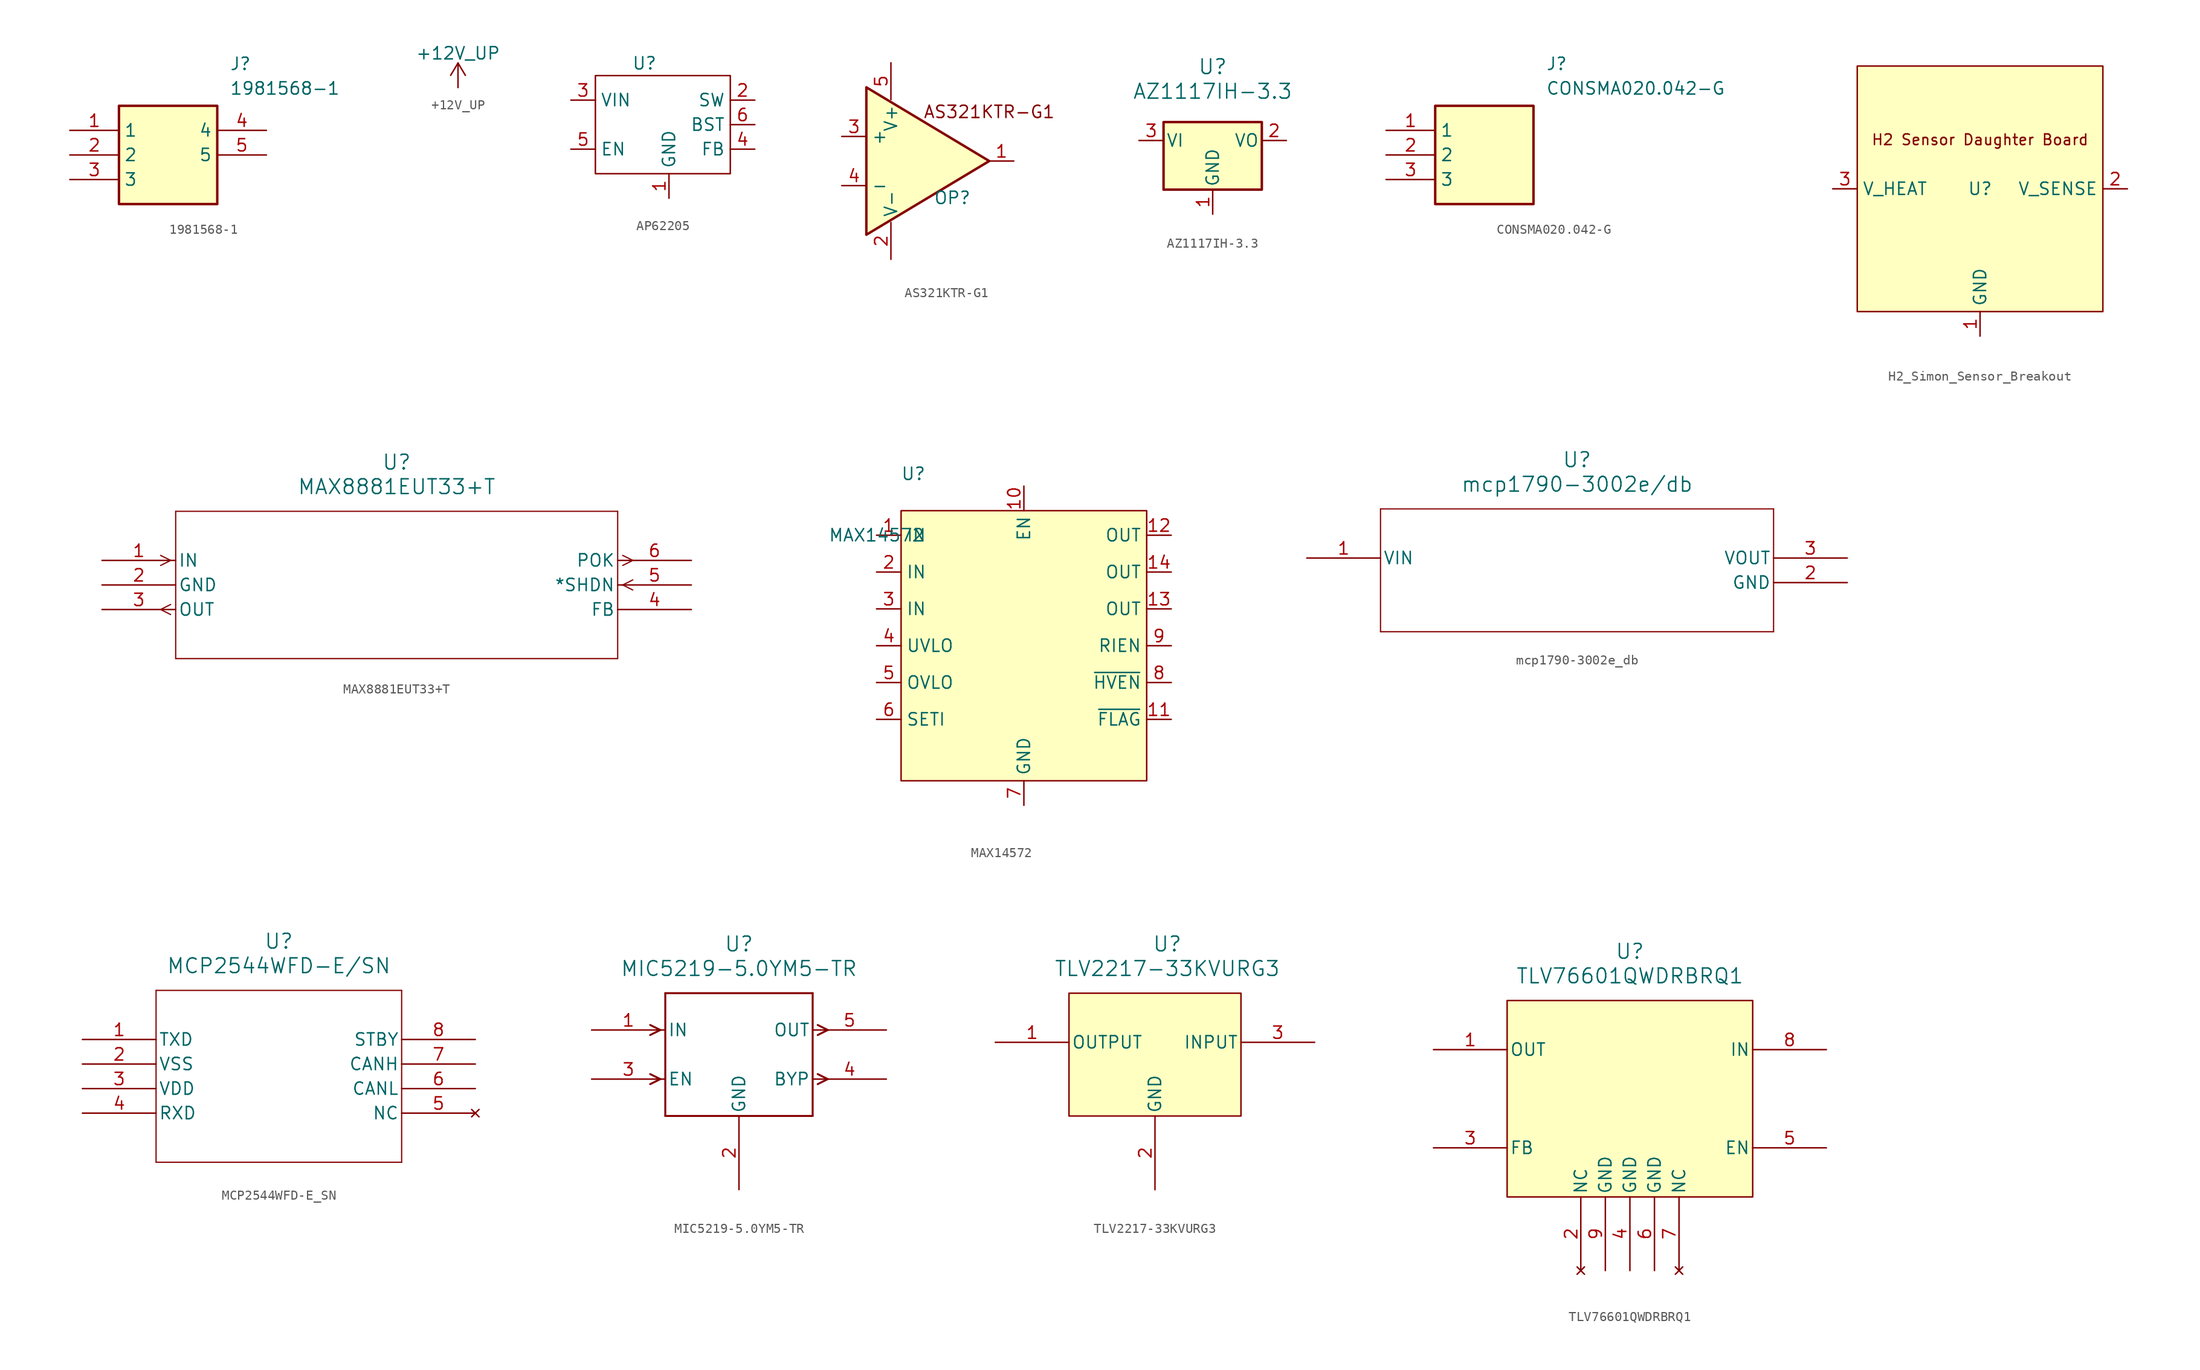
<source format=kicad_sym>
(kicad_symbol_lib
  (version 20231120)
  (generator "kicad_symbol_editor")
  (generator_version "8.0")
  (symbol "1981568-1"
    (property "Reference" "J"
      (at 16.51 7.62 0)
      (effects (font (size 1.27 1.27)) (justify left top)))
    (property "Value" "1981568-1"
      (at 16.51 5.08 0)
      (effects (font (size 1.27 1.27)) (justify left top)))
    (symbol "1981568-1_1_1"
      (rectangle (start 5.08 2.54) (end 15.24 -7.62) (stroke (width 0.254) (type default)) (fill (type background)))
      (pin passive line (at 0 0 0) (length 5.08) (name "1" (effects (font (size 1.27 1.27)))) (number "1" (effects (font (size 1.27 1.27)))))
      (pin passive line (at 0 -2.54 0) (length 5.08) (name "2" (effects (font (size 1.27 1.27)))) (number "2" (effects (font (size 1.27 1.27)))))
      (pin passive line (at 0 -5.08 0) (length 5.08) (name "3" (effects (font (size 1.27 1.27)))) (number "3" (effects (font (size 1.27 1.27)))))
      (pin passive line (at 20.32 0 180) (length 5.08) (name "4" (effects (font (size 1.27 1.27)))) (number "4" (effects (font (size 1.27 1.27)))))
      (pin passive line (at 20.32 -2.54 180) (length 5.08) (name "5" (effects (font (size 1.27 1.27)))) (number "5" (effects (font (size 1.27 1.27)))))))
  (symbol "+12V_UP"
    (power)
    (pin_names
      (offset 0))
    (property "Reference" "#PWR"
      (at 0 -3.81 0)
      (effects (font (size 1.27 1.27)) (hide yes)))
    (property "Value" "+12V_UP"
      (at 0 3.556 0)
      (effects (font (size 1.27 1.27))))
    (symbol "+12V_UP_0_1"
      (polyline (pts (xy -0.762 1.27) (xy 0 2.54)) (stroke (width 0) (type default)) (fill (type none)))
      (polyline (pts (xy 0 0) (xy 0 2.54)) (stroke (width 0) (type default)) (fill (type none)))
      (polyline (pts (xy 0 2.54) (xy 0.762 1.27)) (stroke (width 0) (type default)) (fill (type none))))
    (symbol "+12V_UP_1_1"
      (pin power_in line (at 0 0 90) (length 0) hide (name "+12V" (effects (font (size 1.27 1.27)))) (number "1" (effects (font (size 1.27 1.27)))))))
  (symbol "AP62205"
    (property "Reference" "U"
      (at -1.27 6.35 0)
      (effects (font (size 1.27 1.27))))
    (property "Value" ""
      (at -1.778 1.778 0)
      (effects (font (size 1.27 1.27))))
    (symbol "AP62205_0_1"
      (rectangle (start -6.35 5.08) (end 7.62 -5.08) (stroke (width 0) (type default)) (fill (type none))))
    (symbol "AP62205_1_1"
      (pin input line (at 1.27 -7.62 90) (length 2.54) (name "GND" (effects (font (size 1.27 1.27)))) (number "1" (effects (font (size 1.27 1.27)))))
      (pin output line (at 10.16 2.54 180) (length 2.54) (name "SW" (effects (font (size 1.27 1.27)))) (number "2" (effects (font (size 1.27 1.27)))))
      (pin input line (at -8.89 2.54 0) (length 2.54) (name "VIN" (effects (font (size 1.27 1.27)))) (number "3" (effects (font (size 1.27 1.27)))))
      (pin input line (at 10.16 -2.54 180) (length 2.54) (name "FB" (effects (font (size 1.27 1.27)))) (number "4" (effects (font (size 1.27 1.27)))))
      (pin input line (at -8.89 -2.54 0) (length 2.54) (name "EN" (effects (font (size 1.27 1.27)))) (number "5" (effects (font (size 1.27 1.27)))))
      (pin input line (at 10.16 0 180) (length 2.54) (name "BST" (effects (font (size 1.27 1.27)))) (number "6" (effects (font (size 1.27 1.27)))))))
  (symbol "AS321KTR-G1"
    (property "Reference" "OP"
      (at 3.81 -3.81 0)
      (effects (font (size 1.27 1.27))))
    (property "Value" ""
      (at 3.81 -3.81 0)
      (effects (font (size 1.27 1.27))))
    (symbol "AS321KTR-G1_0_0"
      (text "AS321KTR-G1" (at 7.62 5.08 0) (effects (font (size 1.27 1.27)))))
    (symbol "AS321KTR-G1_0_1"
      (polyline (pts (xy -5.08 7.62) (xy 7.62 0) (xy -5.08 -7.62) (xy -5.08 7.62)) (stroke (width 0.254) (type default)) (fill (type background)))
      (pin power_in line (at -2.54 -10.16 90) (length 3.81) (name "V-" (effects (font (size 1.27 1.27)))) (number "2" (effects (font (size 1.27 1.27)))))
      (pin power_in line (at -2.54 10.16 270) (length 3.81) (name "V+" (effects (font (size 1.27 1.27)))) (number "5" (effects (font (size 1.27 1.27))))))
    (symbol "AS321KTR-G1_1_1"
      (pin output line (at 10.16 0 180) (length 2.54) (name "~" (effects (font (size 1.27 1.27)))) (number "1" (effects (font (size 1.27 1.27)))))
      (pin input line (at -7.62 2.54 0) (length 2.54) (name "+" (effects (font (size 1.27 1.27)))) (number "3" (effects (font (size 1.27 1.27)))))
      (pin input line (at -7.62 -2.54 0) (length 2.54) (name "-" (effects (font (size 1.27 1.27)))) (number "4" (effects (font (size 1.27 1.27)))))))
  (symbol "AZ1117IH-3.3"
    (pin_names
      (offset 0.254))
    (property "Reference" "U"
      (at 0 7.62 0)
      (effects (font (size 1.524 1.524))))
    (property "Value" "AZ1117IH-3.3"
      (at 0 5.08 0)
      (effects (font (size 1.524 1.524))))
    (property "ki_locked" ""
      (at 0 0 0)
      (effects (font (size 1.27 1.27))))
    (symbol "AZ1117IH-3.3_0_1"
      (rectangle (start -5.08 1.905) (end 5.08 -5.08) (stroke (width 0.254) (type default)) (fill (type background))))
    (symbol "AZ1117IH-3.3_1_1"
      (pin power_in line (at 0 -7.62 90) (length 2.54) (name "GND" (effects (font (size 1.27 1.27)))) (number "1" (effects (font (size 1.27 1.27)))))
      (pin power_out line (at 7.62 0 180) (length 2.54) (name "VO" (effects (font (size 1.27 1.27)))) (number "2" (effects (font (size 1.27 1.27)))))
      (pin power_in line (at -7.62 0 0) (length 2.54) (name "VI" (effects (font (size 1.27 1.27)))) (number "3" (effects (font (size 1.27 1.27)))))))
  (symbol "CONSMA020.042-G"
    (property "Reference" "J"
      (at 16.51 7.62 0)
      (effects (font (size 1.27 1.27)) (justify left top)))
    (property "Value" "CONSMA020.042-G"
      (at 16.51 5.08 0)
      (effects (font (size 1.27 1.27)) (justify left top)))
    (symbol "CONSMA020.042-G_1_1"
      (rectangle (start 5.08 2.54) (end 15.24 -7.62) (stroke (width 0.254) (type default)) (fill (type background)))
      (pin passive line (at 0 0 0) (length 5.08) (name "1" (effects (font (size 1.27 1.27)))) (number "1" (effects (font (size 1.27 1.27)))))
      (pin passive line (at 0 -2.54 0) (length 5.08) (name "2" (effects (font (size 1.27 1.27)))) (number "2" (effects (font (size 1.27 1.27)))))
      (pin passive line (at 0 -5.08 0) (length 5.08) (name "3" (effects (font (size 1.27 1.27)))) (number "3" (effects (font (size 1.27 1.27)))))))
  (symbol "H2_Simon_Sensor_Breakout"
    (property "Reference" "U"
      (at 0 0 0)
      (effects (font (size 1.27 1.27))))
    (property "Value" ""
      (at 0 0 0)
      (effects (font (size 1.27 1.27))))
    (symbol "H2_Simon_Sensor_Breakout_1_1"
      (rectangle (start -12.7 12.7) (end 12.7 -12.7) (stroke (width 0) (type default)) (fill (type background)))
      (text "H2 Sensor Daughter Board" (at 0 5.08 0) (effects (font (size 1.1 1.1))))
      (pin output line (at 0 -15.24 90) (length 2.54) (name "GND" (effects (font (size 1.27 1.27)))) (number "1" (effects (font (size 1.27 1.27)))))
      (pin output line (at 15.24 0 180) (length 2.54) (name "V_SENSE" (effects (font (size 1.27 1.27)))) (number "2" (effects (font (size 1.27 1.27)))))
      (pin output line (at -15.24 0 0) (length 2.54) (name "V_HEAT" (effects (font (size 1.27 1.27)))) (number "3" (effects (font (size 1.27 1.27)))))))
  (symbol "MAX8881EUT33+T"
    (pin_names
      (offset 0.254))
    (property "Reference" "U"
      (at 30.48 10.16 0)
      (effects (font (size 1.524 1.524))))
    (property "Value" "MAX8881EUT33+T"
      (at 30.48 7.62 0)
      (effects (font (size 1.524 1.524))))
    (property "ki_locked" ""
      (at 0 0 0)
      (effects (font (size 1.27 1.27))))
    (symbol "MAX8881EUT33+T_0_1"
      (polyline (pts (xy 7.099 -5.601) (xy 6.058 -5.08)) (stroke (width 0.127) (type default)) (fill (type none)))
      (polyline (pts (xy 7.099 -4.559) (xy 6.058 -5.08)) (stroke (width 0.127) (type default)) (fill (type none)))
      (polyline (pts (xy 7.099 0) (xy 6.058 -0.521)) (stroke (width 0.127) (type default)) (fill (type none)))
      (polyline (pts (xy 7.099 0) (xy 6.058 0.521)) (stroke (width 0.127) (type default)) (fill (type none)))
      (polyline (pts (xy 7.62 -10.16) (xy 53.34 -10.16)) (stroke (width 0.127) (type default)) (fill (type none)))
      (polyline (pts (xy 7.62 5.08) (xy 7.62 -10.16)) (stroke (width 0.127) (type default)) (fill (type none)))
      (polyline (pts (xy 53.34 -10.16) (xy 53.34 5.08)) (stroke (width 0.127) (type default)) (fill (type none)))
      (polyline (pts (xy 53.34 5.08) (xy 7.62 5.08)) (stroke (width 0.127) (type default)) (fill (type none)))
      (polyline (pts (xy 53.861 -2.54) (xy 54.902 -3.061)) (stroke (width 0.127) (type default)) (fill (type none)))
      (polyline (pts (xy 53.861 -2.54) (xy 54.902 -2.019)) (stroke (width 0.127) (type default)) (fill (type none)))
      (polyline (pts (xy 53.861 -0.521) (xy 54.902 0)) (stroke (width 0.127) (type default)) (fill (type none)))
      (polyline (pts (xy 53.861 0.521) (xy 54.902 0)) (stroke (width 0.127) (type default)) (fill (type none)))
      (pin input line (at 0 0 0) (length 7.62) (name "IN" (effects (font (size 1.27 1.27)))) (number "1" (effects (font (size 1.27 1.27)))))
      (pin power_in line (at 0 -2.54 0) (length 7.62) (name "GND" (effects (font (size 1.27 1.27)))) (number "2" (effects (font (size 1.27 1.27)))))
      (pin output line (at 0 -5.08 0) (length 7.62) (name "OUT" (effects (font (size 1.27 1.27)))) (number "3" (effects (font (size 1.27 1.27)))))
      (pin unspecified line (at 60.96 -5.08 180) (length 7.62) (name "FB" (effects (font (size 1.27 1.27)))) (number "4" (effects (font (size 1.27 1.27)))))
      (pin input line (at 60.96 -2.54 180) (length 7.62) (name "*SHDN" (effects (font (size 1.27 1.27)))) (number "5" (effects (font (size 1.27 1.27)))))
      (pin output line (at 60.96 0 180) (length 7.62) (name "POK" (effects (font (size 1.27 1.27)))) (number "6" (effects (font (size 1.27 1.27)))))))
  (symbol "MAX14572"
    (property "Reference" "U"
      (at -11.43 16.51 0)
      (effects (font (size 1.27 1.27))))
    (property "Value" "MAX14572"
      (at -15.24 10.16 0)
      (effects (font (size 1.27 1.27))))
    (symbol "MAX14572_0_0"
      (pin power_in line (at -15.24 10.16 0) (length 2.54) (name "IN" (effects (font (size 1.27 1.27)))) (number "1" (effects (font (size 1.27 1.27)))))
      (pin input line (at 0 15.24 270) (length 2.54) (name "EN" (effects (font (size 1.27 1.27)))) (number "10" (effects (font (size 1.27 1.27)))))
      (pin power_out line (at 15.24 10.16 180) (length 2.54) (name "OUT" (effects (font (size 1.27 1.27)))) (number "12" (effects (font (size 1.27 1.27)))))
      (pin power_out line (at 15.24 2.54 180) (length 2.54) (name "OUT" (effects (font (size 1.27 1.27)))) (number "13" (effects (font (size 1.27 1.27)))))
      (pin power_out line (at 15.24 6.35 180) (length 2.54) (name "OUT" (effects (font (size 1.27 1.27)))) (number "14" (effects (font (size 1.27 1.27)))))
      (pin power_in line (at -15.24 6.35 0) (length 2.54) (name "IN" (effects (font (size 1.27 1.27)))) (number "2" (effects (font (size 1.27 1.27)))))
      (pin power_in line (at -15.24 2.54 0) (length 2.54) (name "IN" (effects (font (size 1.27 1.27)))) (number "3" (effects (font (size 1.27 1.27)))))
      (pin input line (at -15.24 -1.27 0) (length 2.54) (name "UVLO" (effects (font (size 1.27 1.27)))) (number "4" (effects (font (size 1.27 1.27)))))
      (pin input line (at -15.24 -5.08 0) (length 2.54) (name "OVLO" (effects (font (size 1.27 1.27)))) (number "5" (effects (font (size 1.27 1.27)))))
      (pin input line (at -15.24 -8.89 0) (length 2.54) (name "SETI" (effects (font (size 1.27 1.27)))) (number "6" (effects (font (size 1.27 1.27)))))
      (pin passive line (at 0 -17.78 90) (length 2.54) (name "GND" (effects (font (size 1.27 1.27)))) (number "7" (effects (font (size 1.27 1.27)))))
      (pin input line (at 15.24 -1.27 180) (length 2.54) (name "RIEN" (effects (font (size 1.27 1.27)))) (number "9" (effects (font (size 1.27 1.27))))))
    (symbol "MAX14572_1_0"
      (pin output line (at 15.24 -8.89 180) (length 2.54) (name "~{FLAG}" (effects (font (size 1.27 1.27)))) (number "11" (effects (font (size 1.27 1.27)))))
      (pin output line (at 15.24 -5.08 180) (length 2.54) (name "~{HVEN}" (effects (font (size 1.27 1.27)))) (number "8" (effects (font (size 1.27 1.27))))))
    (symbol "MAX14572_1_1"
      (rectangle (start -12.7 12.7) (end 12.7 -15.24) (stroke (width 0) (type default)) (fill (type background)))))
  (symbol "mcp1790-3002e_db"
    (pin_names
      (offset 0.254))
    (property "Reference" "U"
      (at 27.94 10.16 0)
      (effects (font (size 1.524 1.524))))
    (property "Value" "mcp1790-3002e/db"
      (at 27.94 7.62 0)
      (effects (font (size 1.524 1.524))))
    (property "ki_locked" ""
      (at 0 0 0)
      (effects (font (size 1.27 1.27))))
    (symbol "mcp1790-3002e_db_0_1"
      (polyline (pts (xy 7.62 -7.62) (xy 48.26 -7.62)) (stroke (width 0.127) (type default)) (fill (type none)))
      (polyline (pts (xy 7.62 5.08) (xy 7.62 -7.62)) (stroke (width 0.127) (type default)) (fill (type none)))
      (polyline (pts (xy 48.26 -7.62) (xy 48.26 5.08)) (stroke (width 0.127) (type default)) (fill (type none)))
      (polyline (pts (xy 48.26 5.08) (xy 7.62 5.08)) (stroke (width 0.127) (type default)) (fill (type none)))
      (pin input line (at 0 0 0) (length 7.62) (name "VIN" (effects (font (size 1.27 1.27)))) (number "1" (effects (font (size 1.27 1.27)))))
      (pin power_in line (at 55.88 -2.54 180) (length 7.62) (name "GND" (effects (font (size 1.27 1.27)))) (number "2" (effects (font (size 1.27 1.27)))))
      (pin output line (at 55.88 0 180) (length 7.62) (name "VOUT" (effects (font (size 1.27 1.27)))) (number "3" (effects (font (size 1.27 1.27)))))))
  (symbol "MCP2544WFD-E_SN"
    (pin_names
      (offset 0.254))
    (property "Reference" "U"
      (at 20.32 10.16 0)
      (effects (font (size 1.524 1.524))))
    (property "Value" "MCP2544WFD-E/SN"
      (at 20.32 7.62 0)
      (effects (font (size 1.524 1.524))))
    (property "ki_locked" ""
      (at 0 0 0)
      (effects (font (size 1.27 1.27))))
    (symbol "MCP2544WFD-E_SN_0_1"
      (polyline (pts (xy 7.62 -12.7) (xy 33.02 -12.7)) (stroke (width 0.127) (type default)) (fill (type none)))
      (polyline (pts (xy 7.62 5.08) (xy 7.62 -12.7)) (stroke (width 0.127) (type default)) (fill (type none)))
      (polyline (pts (xy 33.02 -12.7) (xy 33.02 5.08)) (stroke (width 0.127) (type default)) (fill (type none)))
      (polyline (pts (xy 33.02 5.08) (xy 7.62 5.08)) (stroke (width 0.127) (type default)) (fill (type none)))
      (pin input line (at 0 0 0) (length 7.62) (name "TXD" (effects (font (size 1.27 1.27)))) (number "1" (effects (font (size 1.27 1.27)))))
      (pin power_in line (at 0 -2.54 0) (length 7.62) (name "VSS" (effects (font (size 1.27 1.27)))) (number "2" (effects (font (size 1.27 1.27)))))
      (pin power_in line (at 0 -5.08 0) (length 7.62) (name "VDD" (effects (font (size 1.27 1.27)))) (number "3" (effects (font (size 1.27 1.27)))))
      (pin output line (at 0 -7.62 0) (length 7.62) (name "RXD" (effects (font (size 1.27 1.27)))) (number "4" (effects (font (size 1.27 1.27)))))
      (pin no_connect line (at 40.64 -7.62 180) (length 7.62) (name "NC" (effects (font (size 1.27 1.27)))) (number "5" (effects (font (size 1.27 1.27)))))
      (pin bidirectional line (at 40.64 -5.08 180) (length 7.62) (name "CANL" (effects (font (size 1.27 1.27)))) (number "6" (effects (font (size 1.27 1.27)))))
      (pin bidirectional line (at 40.64 -2.54 180) (length 7.62) (name "CANH" (effects (font (size 1.27 1.27)))) (number "7" (effects (font (size 1.27 1.27)))))
      (pin input line (at 40.64 0 180) (length 7.62) (name "STBY" (effects (font (size 1.27 1.27)))) (number "8" (effects (font (size 1.27 1.27)))))))
  (symbol "MIC5219-5.0YM5-TR"
    (pin_names
      (offset 0.254))
    (property "Reference" "U"
      (at 0 10.16 0)
      (effects (font (size 1.524 1.524))))
    (property "Value" "MIC5219-5.0YM5-TR"
      (at 0 7.62 0)
      (effects (font (size 1.524 1.524))))
    (property "ki_locked" ""
      (at 0 0 0)
      (effects (font (size 1.27 1.27))))
    (symbol "MIC5219-5.0YM5-TR_0_1"
      (polyline (pts (xy -8.141 -3.81) (xy -9.182 -4.331)) (stroke (width 0.203) (type default)) (fill (type none)))
      (polyline (pts (xy -8.141 -3.81) (xy -9.182 -3.289)) (stroke (width 0.203) (type default)) (fill (type none)))
      (polyline (pts (xy -8.141 1.27) (xy -9.182 0.749)) (stroke (width 0.203) (type default)) (fill (type none)))
      (polyline (pts (xy -8.141 1.27) (xy -9.182 1.791)) (stroke (width 0.203) (type default)) (fill (type none)))
      (polyline (pts (xy -7.62 -7.62) (xy 7.62 -7.62)) (stroke (width 0.203) (type default)) (fill (type none)))
      (polyline (pts (xy -7.62 5.08) (xy -7.62 -7.62)) (stroke (width 0.203) (type default)) (fill (type none)))
      (polyline (pts (xy 7.62 -7.62) (xy 7.62 5.08)) (stroke (width 0.203) (type default)) (fill (type none)))
      (polyline (pts (xy 7.62 5.08) (xy -7.62 5.08)) (stroke (width 0.203) (type default)) (fill (type none)))
      (polyline (pts (xy 8.141 -4.331) (xy 9.182 -3.81)) (stroke (width 0.203) (type default)) (fill (type none)))
      (polyline (pts (xy 8.141 -3.289) (xy 9.182 -3.81)) (stroke (width 0.203) (type default)) (fill (type none)))
      (polyline (pts (xy 8.141 0.749) (xy 9.182 1.27)) (stroke (width 0.203) (type default)) (fill (type none)))
      (polyline (pts (xy 8.141 1.791) (xy 9.182 1.27)) (stroke (width 0.203) (type default)) (fill (type none)))
      (pin input line (at -15.24 1.27 0) (length 7.62) (name "IN" (effects (font (size 1.27 1.27)))) (number "1" (effects (font (size 1.27 1.27)))))
      (pin power_in line (at 0 -15.24 90) (length 7.62) (name "GND" (effects (font (size 1.27 1.27)))) (number "2" (effects (font (size 1.27 1.27)))))
      (pin input line (at -15.24 -3.81 0) (length 7.62) (name "EN" (effects (font (size 1.27 1.27)))) (number "3" (effects (font (size 1.27 1.27)))))
      (pin output line (at 15.24 -3.81 180) (length 7.62) (name "BYP" (effects (font (size 1.27 1.27)))) (number "4" (effects (font (size 1.27 1.27)))))
      (pin output line (at 15.24 1.27 180) (length 7.62) (name "OUT" (effects (font (size 1.27 1.27)))) (number "5" (effects (font (size 1.27 1.27)))))))
  (symbol "TLV2217-33KVURG3"
    (pin_names
      (offset 0.254))
    (property "Reference" "U"
      (at 1.27 11.43 0)
      (effects (font (size 1.524 1.524))))
    (property "Value" "TLV2217-33KVURG3"
      (at 1.27 8.89 0)
      (effects (font (size 1.524 1.524))))
    (property "ki_locked" ""
      (at 0 0 0)
      (effects (font (size 1.27 1.27))))
    (symbol "TLV2217-33KVURG3_0_1"
      (pin output line (at -16.51 1.27 0) (length 7.62) (name "OUTPUT" (effects (font (size 1.27 1.27)))) (number "1" (effects (font (size 1.27 1.27)))))
      (pin power_in line (at 0 -13.97 90) (length 7.62) (name "GND" (effects (font (size 1.27 1.27)))) (number "2" (effects (font (size 1.27 1.27)))))
      (pin input line (at 16.51 1.27 180) (length 7.62) (name "INPUT" (effects (font (size 1.27 1.27)))) (number "3" (effects (font (size 1.27 1.27))))))
    (symbol "TLV2217-33KVURG3_1_1"
      (rectangle (start -8.89 6.35) (end 8.89 -6.35) (stroke (width 0) (type default)) (fill (type background)))))
  (symbol "TLV76601QWDRBRQ1"
    (pin_names
      (offset 0.254))
    (property "Reference" "U"
      (at 0 15.24 0)
      (effects (font (size 1.524 1.524))))
    (property "Value" "TLV76601QWDRBRQ1"
      (at 0 12.7 0)
      (effects (font (size 1.524 1.524))))
    (property "ki_locked" ""
      (at 0 0 0)
      (effects (font (size 1.27 1.27))))
    (symbol "TLV76601QWDRBRQ1_0_1"
      (pin output line (at -20.32 5.08 0) (length 7.62) (name "OUT" (effects (font (size 1.27 1.27)))) (number "1" (effects (font (size 1.27 1.27)))))
      (pin no_connect line (at -5.08 -17.78 90) (length 7.62) (name "NC" (effects (font (size 1.27 1.27)))) (number "2" (effects (font (size 1.27 1.27)))))
      (pin input line (at -20.32 -5.08 0) (length 7.62) (name "FB" (effects (font (size 1.27 1.27)))) (number "3" (effects (font (size 1.27 1.27)))))
      (pin power_out line (at 0 -17.78 90) (length 7.62) (name "GND" (effects (font (size 1.27 1.27)))) (number "4" (effects (font (size 1.27 1.27)))))
      (pin input line (at 20.32 -5.08 180) (length 7.62) (name "EN" (effects (font (size 1.27 1.27)))) (number "5" (effects (font (size 1.27 1.27)))))
      (pin power_out line (at 2.54 -17.78 90) (length 7.62) (name "GND" (effects (font (size 1.27 1.27)))) (number "6" (effects (font (size 1.27 1.27)))))
      (pin no_connect line (at 5.08 -17.78 90) (length 7.62) (name "NC" (effects (font (size 1.27 1.27)))) (number "7" (effects (font (size 1.27 1.27)))))
      (pin input line (at 20.32 5.08 180) (length 7.62) (name "IN" (effects (font (size 1.27 1.27)))) (number "8" (effects (font (size 1.27 1.27)))))
      (pin power_out line (at -2.54 -17.78 90) (length 7.62) (name "GND" (effects (font (size 1.27 1.27)))) (number "9" (effects (font (size 1.27 1.27))))))
    (symbol "TLV76601QWDRBRQ1_1_1"
      (rectangle (start -12.7 10.16) (end 12.7 -10.16) (stroke (width 0) (type default)) (fill (type background))))))
</source>
